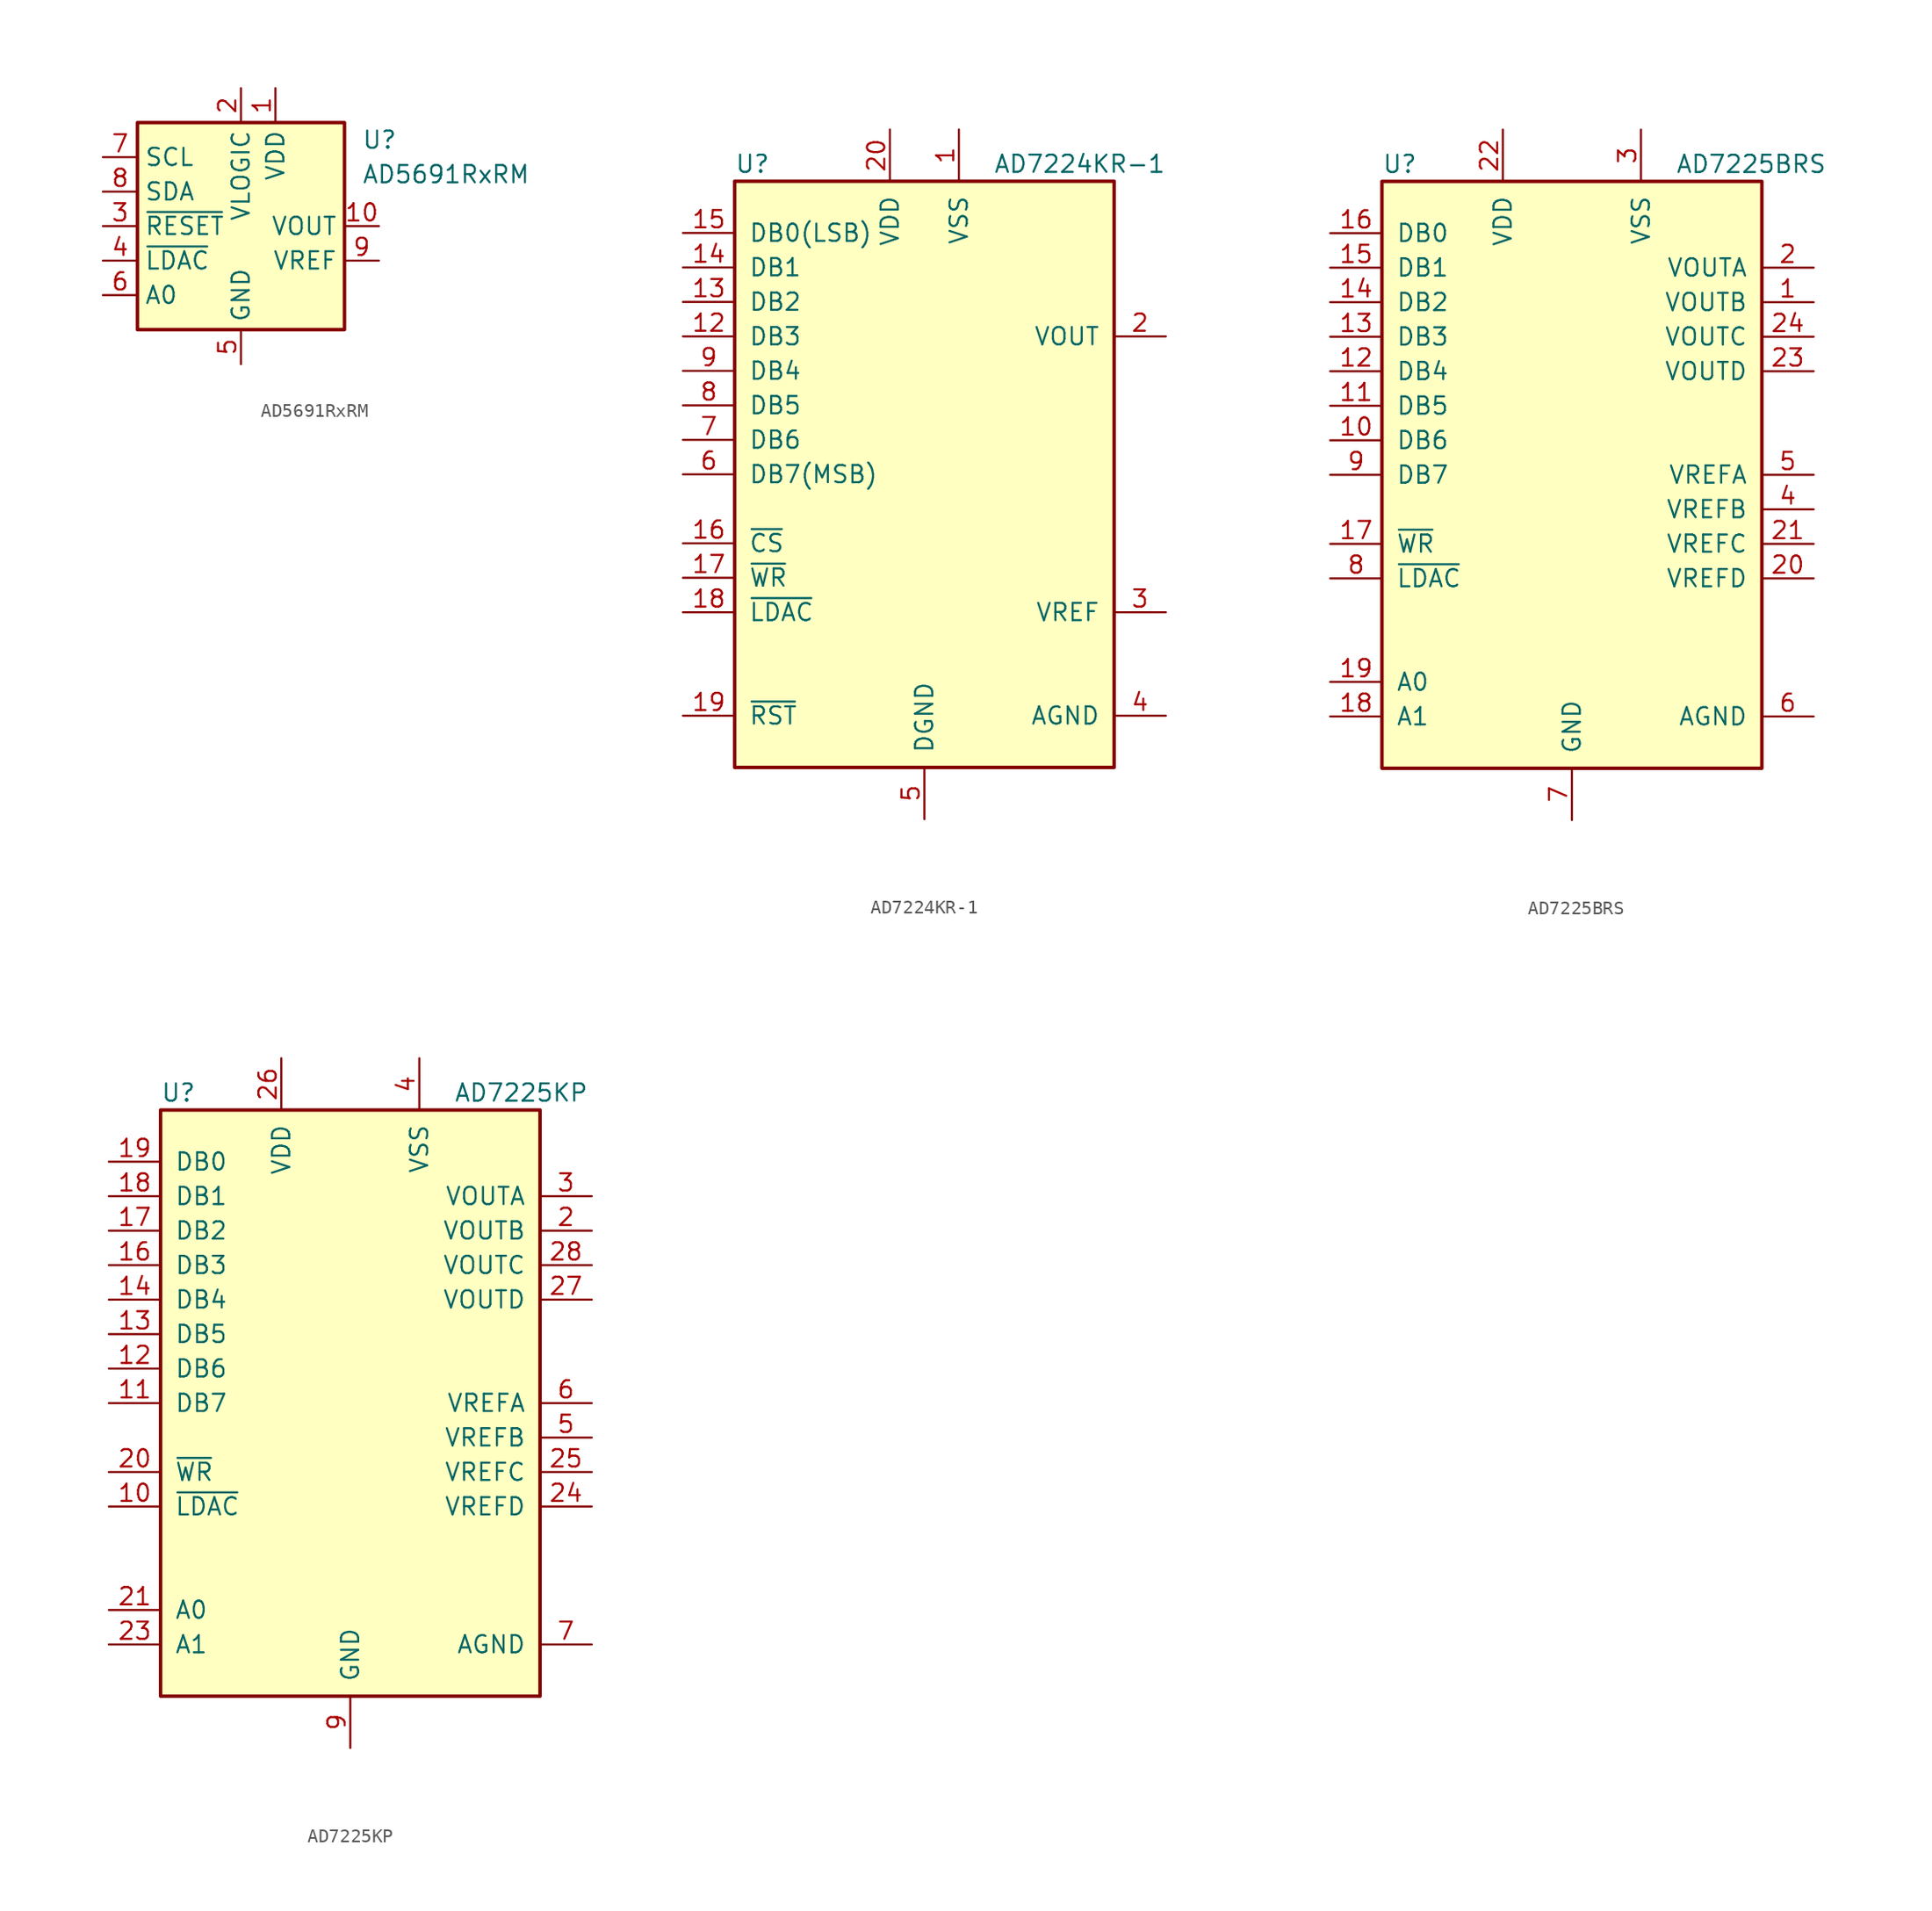
<source format=kicad_sym>
(kicad_symbol_lib
  (version 20211014)
  (generator kicad_symbol_editor)
  (symbol "AD5691RxRM"
    (property "Reference" "U"
      (at 8.89 6.35 0)
      (effects (font (size 1.27 1.27)) (justify left)))
    (property "Value" "AD5691RxRM"
      (at 8.89 3.81 0)
      (effects (font (size 1.27 1.27)) (justify left)))
    (symbol "AD5691RxRM_0_1"
      (rectangle (start -7.62 7.62) (end 7.62 -7.62) (stroke (width 0.254) (type default) (color 0 0 0 0)) (fill (type background))))
    (symbol "AD5691RxRM_1_1"
      (pin power_in line (at 2.54 10.16 270) (length 2.54) (name "VDD" (effects (font (size 1.27 1.27)))) (number "1" (effects (font (size 1.27 1.27)))))
      (pin output line (at 10.16 0 180) (length 2.54) (name "VOUT" (effects (font (size 1.27 1.27)))) (number "10" (effects (font (size 1.27 1.27)))))
      (pin power_in line (at 0 10.16 270) (length 2.54) (name "VLOGIC" (effects (font (size 1.27 1.27)))) (number "2" (effects (font (size 1.27 1.27)))))
      (pin input line (at -10.16 0 0) (length 2.54) (name "~{RESET}" (effects (font (size 1.27 1.27)))) (number "3" (effects (font (size 1.27 1.27)))))
      (pin input line (at -10.16 -2.54 0) (length 2.54) (name "~{LDAC}" (effects (font (size 1.27 1.27)))) (number "4" (effects (font (size 1.27 1.27)))))
      (pin power_in line (at 0 -10.16 90) (length 2.54) (name "GND" (effects (font (size 1.27 1.27)))) (number "5" (effects (font (size 1.27 1.27)))))
      (pin input line (at -10.16 -5.08 0) (length 2.54) (name "A0" (effects (font (size 1.27 1.27)))) (number "6" (effects (font (size 1.27 1.27)))))
      (pin input line (at -10.16 5.08 0) (length 2.54) (name "SCL" (effects (font (size 1.27 1.27)))) (number "7" (effects (font (size 1.27 1.27)))))
      (pin bidirectional line (at -10.16 2.54 0) (length 2.54) (name "SDA" (effects (font (size 1.27 1.27)))) (number "8" (effects (font (size 1.27 1.27)))))
      (pin passive line (at 10.16 -2.54 180) (length 2.54) (name "VREF" (effects (font (size 1.27 1.27)))) (number "9" (effects (font (size 1.27 1.27)))))))
  (symbol "AD7224KR-1"
    (pin_names
      (offset 1.016))
    (property "Reference" "U"
      (at -13.97 22.86 0)
      (effects (font (size 1.27 1.27)) (justify left)))
    (property "Value" "AD7224KR-1"
      (at 5.08 22.86 0)
      (effects (font (size 1.27 1.27)) (justify left)))
    (symbol "AD7224KR-1_1_1"
      (rectangle (start -13.97 -21.59) (end 13.97 21.59) (stroke (width 0.254) (type default) (color 0 0 0 0)) (fill (type background)))
      (pin power_in line (at 2.54 25.4 270) (length 3.81) (name "VSS" (effects (font (size 1.27 1.27)))) (number "1" (effects (font (size 1.27 1.27)))))
      (pin input line (at -17.78 10.16 0) (length 3.81) (name "DB3" (effects (font (size 1.27 1.27)))) (number "12" (effects (font (size 1.27 1.27)))))
      (pin input line (at -17.78 12.7 0) (length 3.81) (name "DB2" (effects (font (size 1.27 1.27)))) (number "13" (effects (font (size 1.27 1.27)))))
      (pin input line (at -17.78 15.24 0) (length 3.81) (name "DB1" (effects (font (size 1.27 1.27)))) (number "14" (effects (font (size 1.27 1.27)))))
      (pin input line (at -17.78 17.78 0) (length 3.81) (name "DB0(LSB)" (effects (font (size 1.27 1.27)))) (number "15" (effects (font (size 1.27 1.27)))))
      (pin input line (at -17.78 -5.08 0) (length 3.81) (name "~{CS}" (effects (font (size 1.27 1.27)))) (number "16" (effects (font (size 1.27 1.27)))))
      (pin input line (at -17.78 -7.62 0) (length 3.81) (name "~{WR}" (effects (font (size 1.27 1.27)))) (number "17" (effects (font (size 1.27 1.27)))))
      (pin input line (at -17.78 -10.16 0) (length 3.81) (name "~{LDAC}" (effects (font (size 1.27 1.27)))) (number "18" (effects (font (size 1.27 1.27)))))
      (pin input line (at -17.78 -17.78 0) (length 3.81) (name "~{RST}" (effects (font (size 1.27 1.27)))) (number "19" (effects (font (size 1.27 1.27)))))
      (pin output line (at 17.78 10.16 180) (length 3.81) (name "VOUT" (effects (font (size 1.27 1.27)))) (number "2" (effects (font (size 1.27 1.27)))))
      (pin power_in line (at -2.54 25.4 270) (length 3.81) (name "VDD" (effects (font (size 1.27 1.27)))) (number "20" (effects (font (size 1.27 1.27)))))
      (pin passive line (at 17.78 -10.16 180) (length 3.81) (name "VREF" (effects (font (size 1.27 1.27)))) (number "3" (effects (font (size 1.27 1.27)))))
      (pin passive line (at 17.78 -17.78 180) (length 3.81) (name "AGND" (effects (font (size 1.27 1.27)))) (number "4" (effects (font (size 1.27 1.27)))))
      (pin power_in line (at 0 -25.4 90) (length 3.81) (name "DGND" (effects (font (size 1.27 1.27)))) (number "5" (effects (font (size 1.27 1.27)))))
      (pin input line (at -17.78 0 0) (length 3.81) (name "DB7(MSB)" (effects (font (size 1.27 1.27)))) (number "6" (effects (font (size 1.27 1.27)))))
      (pin input line (at -17.78 2.54 0) (length 3.81) (name "DB6" (effects (font (size 1.27 1.27)))) (number "7" (effects (font (size 1.27 1.27)))))
      (pin input line (at -17.78 5.08 0) (length 3.81) (name "DB5" (effects (font (size 1.27 1.27)))) (number "8" (effects (font (size 1.27 1.27)))))
      (pin input line (at -17.78 7.62 0) (length 3.81) (name "DB4" (effects (font (size 1.27 1.27)))) (number "9" (effects (font (size 1.27 1.27)))))))
  (symbol "AD7225BRS"
    (pin_names
      (offset 1.016))
    (property "Reference" "U"
      (at -13.97 22.86 0)
      (effects (font (size 1.27 1.27)) (justify left)))
    (property "Value" "AD7225BRS"
      (at 7.62 22.86 0)
      (effects (font (size 1.27 1.27)) (justify left)))
    (symbol "AD7225BRS_0_1"
      (rectangle (start -13.97 -21.59) (end 13.97 21.59) (stroke (width 0.254) (type default) (color 0 0 0 0)) (fill (type background))))
    (symbol "AD7225BRS_1_1"
      (pin output line (at 17.78 12.7 180) (length 3.81) (name "VOUTB" (effects (font (size 1.27 1.27)))) (number "1" (effects (font (size 1.27 1.27)))))
      (pin input line (at -17.78 2.54 0) (length 3.81) (name "DB6" (effects (font (size 1.27 1.27)))) (number "10" (effects (font (size 1.27 1.27)))))
      (pin input line (at -17.78 5.08 0) (length 3.81) (name "DB5" (effects (font (size 1.27 1.27)))) (number "11" (effects (font (size 1.27 1.27)))))
      (pin input line (at -17.78 7.62 0) (length 3.81) (name "DB4" (effects (font (size 1.27 1.27)))) (number "12" (effects (font (size 1.27 1.27)))))
      (pin input line (at -17.78 10.16 0) (length 3.81) (name "DB3" (effects (font (size 1.27 1.27)))) (number "13" (effects (font (size 1.27 1.27)))))
      (pin input line (at -17.78 12.7 0) (length 3.81) (name "DB2" (effects (font (size 1.27 1.27)))) (number "14" (effects (font (size 1.27 1.27)))))
      (pin input line (at -17.78 15.24 0) (length 3.81) (name "DB1" (effects (font (size 1.27 1.27)))) (number "15" (effects (font (size 1.27 1.27)))))
      (pin input line (at -17.78 17.78 0) (length 3.81) (name "DB0" (effects (font (size 1.27 1.27)))) (number "16" (effects (font (size 1.27 1.27)))))
      (pin input line (at -17.78 -5.08 0) (length 3.81) (name "~{WR}" (effects (font (size 1.27 1.27)))) (number "17" (effects (font (size 1.27 1.27)))))
      (pin input line (at -17.78 -17.78 0) (length 3.81) (name "A1" (effects (font (size 1.27 1.27)))) (number "18" (effects (font (size 1.27 1.27)))))
      (pin input line (at -17.78 -15.24 0) (length 3.81) (name "A0" (effects (font (size 1.27 1.27)))) (number "19" (effects (font (size 1.27 1.27)))))
      (pin output line (at 17.78 15.24 180) (length 3.81) (name "VOUTA" (effects (font (size 1.27 1.27)))) (number "2" (effects (font (size 1.27 1.27)))))
      (pin input line (at 17.78 -7.62 180) (length 3.81) (name "VREFD" (effects (font (size 1.27 1.27)))) (number "20" (effects (font (size 1.27 1.27)))))
      (pin input line (at 17.78 -5.08 180) (length 3.81) (name "VREFC" (effects (font (size 1.27 1.27)))) (number "21" (effects (font (size 1.27 1.27)))))
      (pin power_in line (at -5.08 25.4 270) (length 3.81) (name "VDD" (effects (font (size 1.27 1.27)))) (number "22" (effects (font (size 1.27 1.27)))))
      (pin output line (at 17.78 7.62 180) (length 3.81) (name "VOUTD" (effects (font (size 1.27 1.27)))) (number "23" (effects (font (size 1.27 1.27)))))
      (pin output line (at 17.78 10.16 180) (length 3.81) (name "VOUTC" (effects (font (size 1.27 1.27)))) (number "24" (effects (font (size 1.27 1.27)))))
      (pin power_in line (at 5.08 25.4 270) (length 3.81) (name "VSS" (effects (font (size 1.27 1.27)))) (number "3" (effects (font (size 1.27 1.27)))))
      (pin input line (at 17.78 -2.54 180) (length 3.81) (name "VREFB" (effects (font (size 1.27 1.27)))) (number "4" (effects (font (size 1.27 1.27)))))
      (pin input line (at 17.78 0 180) (length 3.81) (name "VREFA" (effects (font (size 1.27 1.27)))) (number "5" (effects (font (size 1.27 1.27)))))
      (pin input line (at 17.78 -17.78 180) (length 3.81) (name "AGND" (effects (font (size 1.27 1.27)))) (number "6" (effects (font (size 1.27 1.27)))))
      (pin power_in line (at 0 -25.4 90) (length 3.81) (name "GND" (effects (font (size 1.27 1.27)))) (number "7" (effects (font (size 1.27 1.27)))))
      (pin input line (at -17.78 -7.62 0) (length 3.81) (name "~{LDAC}" (effects (font (size 1.27 1.27)))) (number "8" (effects (font (size 1.27 1.27)))))
      (pin input line (at -17.78 0 0) (length 3.81) (name "DB7" (effects (font (size 1.27 1.27)))) (number "9" (effects (font (size 1.27 1.27)))))))
  (symbol "AD7225KP"
    (pin_names
      (offset 1.016))
    (property "Reference" "U"
      (at -13.97 22.86 0)
      (effects (font (size 1.27 1.27)) (justify left)))
    (property "Value" "AD7225KP"
      (at 7.62 22.86 0)
      (effects (font (size 1.27 1.27)) (justify left)))
    (symbol "AD7225KP_0_1"
      (rectangle (start -13.97 -21.59) (end 13.97 21.59) (stroke (width 0.254) (type default) (color 0 0 0 0)) (fill (type background))))
    (symbol "AD7225KP_1_1"
      (pin input line (at -17.78 -7.62 0) (length 3.81) (name "~{LDAC}" (effects (font (size 1.27 1.27)))) (number "10" (effects (font (size 1.27 1.27)))))
      (pin input line (at -17.78 0 0) (length 3.81) (name "DB7" (effects (font (size 1.27 1.27)))) (number "11" (effects (font (size 1.27 1.27)))))
      (pin input line (at -17.78 2.54 0) (length 3.81) (name "DB6" (effects (font (size 1.27 1.27)))) (number "12" (effects (font (size 1.27 1.27)))))
      (pin input line (at -17.78 5.08 0) (length 3.81) (name "DB5" (effects (font (size 1.27 1.27)))) (number "13" (effects (font (size 1.27 1.27)))))
      (pin input line (at -17.78 7.62 0) (length 3.81) (name "DB4" (effects (font (size 1.27 1.27)))) (number "14" (effects (font (size 1.27 1.27)))))
      (pin input line (at -17.78 10.16 0) (length 3.81) (name "DB3" (effects (font (size 1.27 1.27)))) (number "16" (effects (font (size 1.27 1.27)))))
      (pin input line (at -17.78 12.7 0) (length 3.81) (name "DB2" (effects (font (size 1.27 1.27)))) (number "17" (effects (font (size 1.27 1.27)))))
      (pin input line (at -17.78 15.24 0) (length 3.81) (name "DB1" (effects (font (size 1.27 1.27)))) (number "18" (effects (font (size 1.27 1.27)))))
      (pin input line (at -17.78 17.78 0) (length 3.81) (name "DB0" (effects (font (size 1.27 1.27)))) (number "19" (effects (font (size 1.27 1.27)))))
      (pin output line (at 17.78 12.7 180) (length 3.81) (name "VOUTB" (effects (font (size 1.27 1.27)))) (number "2" (effects (font (size 1.27 1.27)))))
      (pin input line (at -17.78 -5.08 0) (length 3.81) (name "~{WR}" (effects (font (size 1.27 1.27)))) (number "20" (effects (font (size 1.27 1.27)))))
      (pin input line (at -17.78 -15.24 0) (length 3.81) (name "A0" (effects (font (size 1.27 1.27)))) (number "21" (effects (font (size 1.27 1.27)))))
      (pin input line (at -17.78 -17.78 0) (length 3.81) (name "A1" (effects (font (size 1.27 1.27)))) (number "23" (effects (font (size 1.27 1.27)))))
      (pin input line (at 17.78 -7.62 180) (length 3.81) (name "VREFD" (effects (font (size 1.27 1.27)))) (number "24" (effects (font (size 1.27 1.27)))))
      (pin input line (at 17.78 -5.08 180) (length 3.81) (name "VREFC" (effects (font (size 1.27 1.27)))) (number "25" (effects (font (size 1.27 1.27)))))
      (pin power_in line (at -5.08 25.4 270) (length 3.81) (name "VDD" (effects (font (size 1.27 1.27)))) (number "26" (effects (font (size 1.27 1.27)))))
      (pin output line (at 17.78 7.62 180) (length 3.81) (name "VOUTD" (effects (font (size 1.27 1.27)))) (number "27" (effects (font (size 1.27 1.27)))))
      (pin output line (at 17.78 10.16 180) (length 3.81) (name "VOUTC" (effects (font (size 1.27 1.27)))) (number "28" (effects (font (size 1.27 1.27)))))
      (pin output line (at 17.78 15.24 180) (length 3.81) (name "VOUTA" (effects (font (size 1.27 1.27)))) (number "3" (effects (font (size 1.27 1.27)))))
      (pin power_in line (at 5.08 25.4 270) (length 3.81) (name "VSS" (effects (font (size 1.27 1.27)))) (number "4" (effects (font (size 1.27 1.27)))))
      (pin input line (at 17.78 -2.54 180) (length 3.81) (name "VREFB" (effects (font (size 1.27 1.27)))) (number "5" (effects (font (size 1.27 1.27)))))
      (pin input line (at 17.78 0 180) (length 3.81) (name "VREFA" (effects (font (size 1.27 1.27)))) (number "6" (effects (font (size 1.27 1.27)))))
      (pin input line (at 17.78 -17.78 180) (length 3.81) (name "AGND" (effects (font (size 1.27 1.27)))) (number "7" (effects (font (size 1.27 1.27)))))
      (pin power_in line (at 0 -25.4 90) (length 3.81) (name "GND" (effects (font (size 1.27 1.27)))) (number "9" (effects (font (size 1.27 1.27))))))))
</source>
